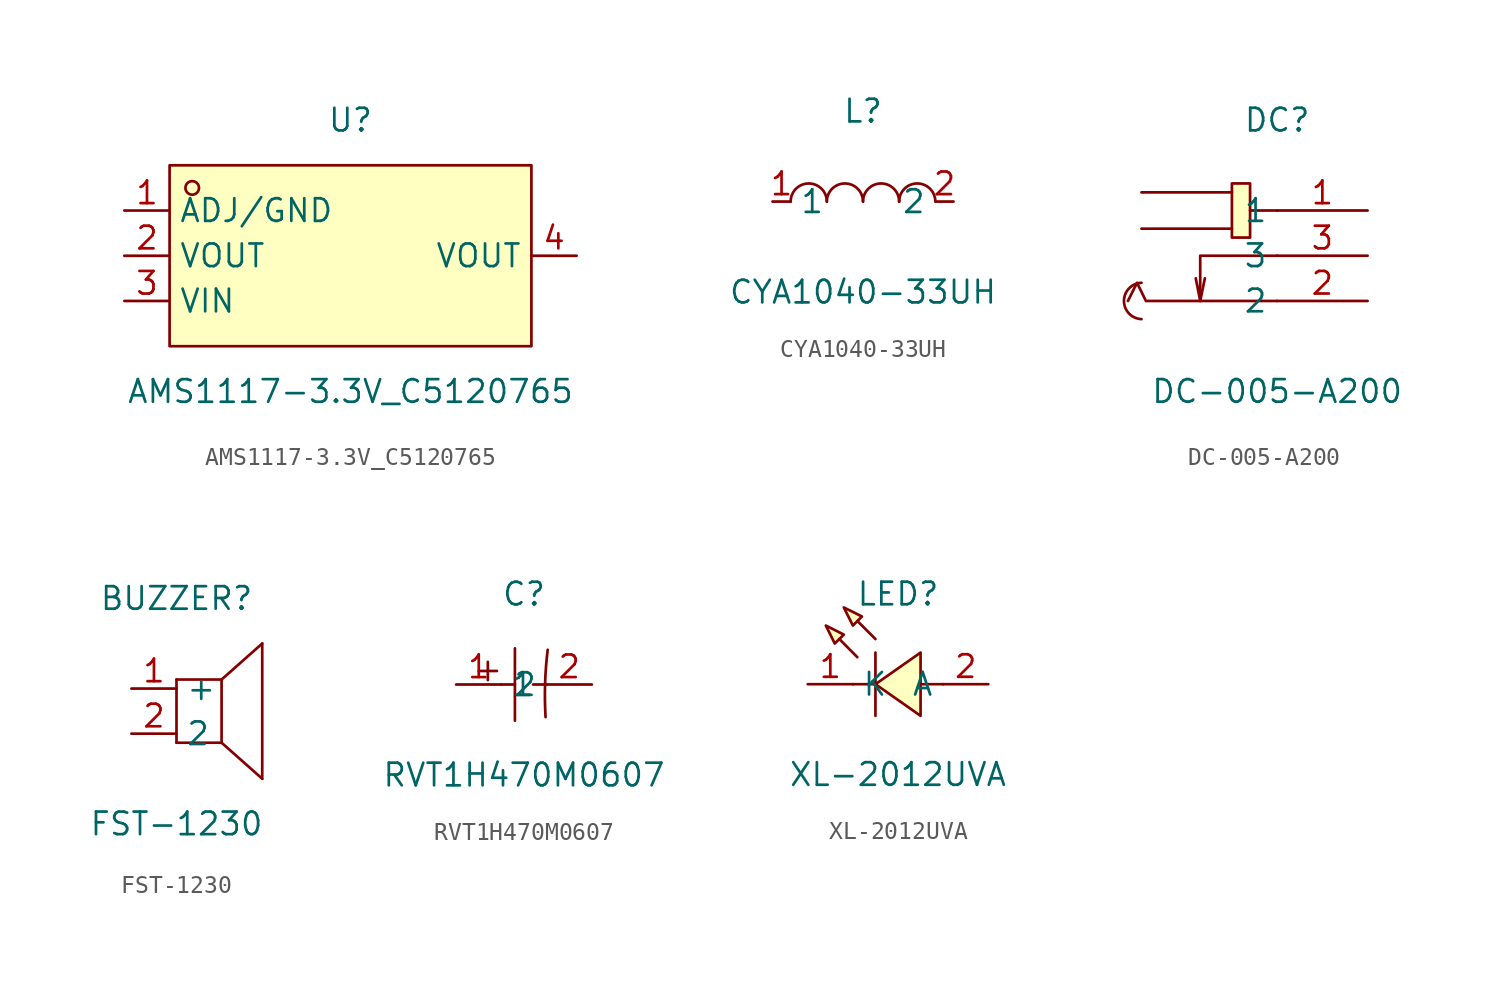
<source format=kicad_sym>
(kicad_symbol_lib
  (version 20211014)
  (generator https://github.com/uPesy/easyeda2kicad.py)
  (symbol "AMS1117-3.3V_C5120765"
    (property "Reference" "U"
      (at 0 7.62 0)
      (effects (font (size 1.27 1.27))))
    (property "Value" "AMS1117-3.3V_C5120765"
      (at 0 -7.62 0)
      (effects (font (size 1.27 1.27))))
    (symbol "AMS1117-3.3V_C5120765_0_1"
      (rectangle (start -10.16 5.08) (end 10.16 -5.08) (stroke (width 0) (type default) (color 0 0 0 0)) (fill (type background)))
      (circle (center -8.89 3.81) (radius 0.38) (stroke (width 0) (type default) (color 0 0 0 0)) (fill (type none)))
      (pin unspecified line (at -12.70 2.54 0) (length 2.54) (name "ADJ/GND" (effects (font (size 1.27 1.27)))) (number "1" (effects (font (size 1.27 1.27)))))
      (pin unspecified line (at -12.70 -0.00 0) (length 2.54) (name "VOUT" (effects (font (size 1.27 1.27)))) (number "2" (effects (font (size 1.27 1.27)))))
      (pin unspecified line (at -12.70 -2.54 0) (length 2.54) (name "VIN" (effects (font (size 1.27 1.27)))) (number "3" (effects (font (size 1.27 1.27)))))
      (pin unspecified line (at 12.70 -0.00 180) (length 2.54) (name "VOUT" (effects (font (size 1.27 1.27)))) (number "4" (effects (font (size 1.27 1.27)))))))
  (symbol "CYA1040-33UH"
    (property "Reference" "L"
      (at 0 5.08 0)
      (effects (font (size 1.27 1.27))))
    (property "Value" "CYA1040-33UH"
      (at 0 -5.08 0)
      (effects (font (size 1.27 1.27))))
    (symbol "CYA1040-33UH_0_1"
      (arc (start -4.06 -0.01) (mid -2.83 0.99) (end -2.03 0.01) (stroke (width 0) (type default) (color 0 0 0 0)) (fill (type none)))
      (arc (start -2.03 -0.01) (mid -0.80 0.99) (end 0.00 0.01) (stroke (width 0) (type default) (color 0 0 0 0)) (fill (type none)))
      (arc (start 2.03 -0.01) (mid 3.26 0.99) (end 4.06 0.01) (stroke (width 0) (type default) (color 0 0 0 0)) (fill (type none)))
      (arc (start 0.00 -0.01) (mid 1.23 0.99) (end 2.03 0.01) (stroke (width 0) (type default) (color 0 0 0 0)) (fill (type none)))
      (pin unspecified line (at 5.08 -0.00 180) (length 1.016) (name "2" (effects (font (size 1.27 1.27)))) (number "2" (effects (font (size 1.27 1.27)))))
      (pin unspecified line (at -5.08 -0.00 0) (length 1.016) (name "1" (effects (font (size 1.27 1.27)))) (number "1" (effects (font (size 1.27 1.27)))))))
  (symbol "DC-005-A200"
    (property "Reference" "DC"
      (at 0 7.62 0)
      (effects (font (size 1.27 1.27))))
    (property "Value" "DC-005-A200"
      (at 0 -7.62 0)
      (effects (font (size 1.27 1.27))))
    (symbol "DC-005-A200_0_1"
      (rectangle (start -2.54 4.06) (end -1.52 1.02) (stroke (width 0) (type default) (color 0 0 0 0)) (fill (type background)))
      (arc (start -7.62 -1.52) (mid -7.41 -1.55) (end -7.62 -3.56) (stroke (width 0) (type default) (color 0 0 0 0)) (fill (type none)))
      (polyline (pts (xy -4.32 -2.54) (xy -4.06 -1.27)) (stroke (width 0) (type default) (color 0 0 0 0)) (fill (type none)))
      (polyline (pts (xy 0.00 -0.00) (xy -4.32 -0.00) (xy -4.32 -2.54) (xy -4.57 -1.27)) (stroke (width 0) (type default) (color 0 0 0 0)) (fill (type none)))
      (polyline (pts (xy 0.00 -2.54) (xy -7.37 -2.54) (xy -7.87 -1.52) (xy -8.38 -2.54)) (stroke (width 0) (type default) (color 0 0 0 0)) (fill (type none)))
      (polyline (pts (xy -2.54 1.52) (xy -7.62 1.52)) (stroke (width 0) (type default) (color 0 0 0 0)) (fill (type none)))
      (polyline (pts (xy -2.54 3.56) (xy -7.62 3.56)) (stroke (width 0) (type default) (color 0 0 0 0)) (fill (type none)))
      (polyline (pts (xy 0.00 2.54) (xy -1.52 2.54)) (stroke (width 0) (type default) (color 0 0 0 0)) (fill (type none)))
      (pin unspecified line (at 5.08 -0.00 180) (length 5.08) (name "3" (effects (font (size 1.27 1.27)))) (number "3" (effects (font (size 1.27 1.27)))))
      (pin unspecified line (at 5.08 -2.54 180) (length 5.08) (name "2" (effects (font (size 1.27 1.27)))) (number "2" (effects (font (size 1.27 1.27)))))
      (pin unspecified line (at 5.08 2.54 180) (length 5.08) (name "1" (effects (font (size 1.27 1.27)))) (number "1" (effects (font (size 1.27 1.27)))))))
  (symbol "FST-1230"
    (property "Reference" "BUZZER"
      (at 0 7.62 0)
      (effects (font (size 1.27 1.27))))
    (property "Value" "FST-1230"
      (at 0 -5.08 0)
      (effects (font (size 1.27 1.27))))
    (symbol "FST-1230_0_1"
      (polyline (pts (xy 4.83 5.08) (xy 2.54 3.05)) (stroke (width 0) (type default) (color 0 0 0 0)) (fill (type none)))
      (polyline (pts (xy 2.54 -0.51) (xy 4.83 -2.54)) (stroke (width 0) (type default) (color 0 0 0 0)) (fill (type none)))
      (polyline (pts (xy 4.83 5.08) (xy 4.83 -2.54)) (stroke (width 0) (type default) (color 0 0 0 0)) (fill (type none)))
      (polyline (pts (xy 2.54 3.05) (xy 2.54 -0.51)) (stroke (width 0) (type default) (color 0 0 0 0)) (fill (type none)))
      (polyline (pts (xy 0.00 3.05) (xy 0.00 -0.51)) (stroke (width 0) (type default) (color 0 0 0 0)) (fill (type none)))
      (polyline (pts (xy 0.00 -0.51) (xy 2.54 -0.51)) (stroke (width 0) (type default) (color 0 0 0 0)) (fill (type none)))
      (polyline (pts (xy 0.00 3.05) (xy 2.54 3.05)) (stroke (width 0) (type default) (color 0 0 0 0)) (fill (type none)))
      (pin unspecified line (at -2.54 2.54 0) (length 2.54) (name "+" (effects (font (size 1.27 1.27)))) (number "1" (effects (font (size 1.27 1.27)))))
      (pin unspecified line (at -2.54 -0.00 0) (length 2.54) (name "2" (effects (font (size 1.27 1.27)))) (number "2" (effects (font (size 1.27 1.27)))))))
  (symbol "RVT1H470M0607"
    (property "Reference" "C"
      (at 0 5.08 0)
      (effects (font (size 1.27 1.27))))
    (property "Value" "RVT1H470M0607"
      (at 0 -5.08 0)
      (effects (font (size 1.27 1.27))))
    (symbol "RVT1H470M0607_0_1"
      (arc (start 1.33 1.95) (mid 1.22 -1.99) (end 1.21 -1.83) (stroke (width 0) (type default) (color 0 0 0 0)) (fill (type none)))
      (polyline (pts (xy -0.51 2.03) (xy -0.51 -2.03)) (stroke (width 0) (type default) (color 0 0 0 0)) (fill (type none)))
      (polyline (pts (xy -1.27 -0.00) (xy -0.51 -0.00)) (stroke (width 0) (type default) (color 0 0 0 0)) (fill (type none)))
      (polyline (pts (xy 0.51 -0.00) (xy 1.27 -0.00)) (stroke (width 0) (type default) (color 0 0 0 0)) (fill (type none)))
      (polyline (pts (xy -2.54 0.76) (xy -1.52 0.76)) (stroke (width 0) (type default) (color 0 0 0 0)) (fill (type none)))
      (polyline (pts (xy -2.03 1.27) (xy -2.03 0.25)) (stroke (width 0) (type default) (color 0 0 0 0)) (fill (type none)))
      (pin input line (at -3.81 -0.00 0) (length 2.54) (name "1" (effects (font (size 1.27 1.27)))) (number "1" (effects (font (size 1.27 1.27)))))
      (pin input line (at 3.81 -0.00 180) (length 2.54) (name "2" (effects (font (size 1.27 1.27)))) (number "2" (effects (font (size 1.27 1.27)))))))
  (symbol "XL-2012UVA"
    (property "Reference" "LED"
      (at 0 7.62 0)
      (effects (font (size 1.27 1.27))))
    (property "Value" "XL-2012UVA"
      (at 0 -2.54 0)
      (effects (font (size 1.27 1.27))))
    (symbol "XL-2012UVA_0_1"
      (polyline (pts (xy -4.06 5.84) (xy -3.05 5.33) (xy -3.56 4.83) (xy -4.06 5.84)) (stroke (width 0) (type default) (color 0 0 0 0)) (fill (type background)))
      (polyline (pts (xy -3.05 6.86) (xy -2.03 6.35) (xy -2.54 5.84) (xy -3.05 6.86)) (stroke (width 0) (type default) (color 0 0 0 0)) (fill (type background)))
      (polyline (pts (xy 1.27 4.32) (xy -1.27 2.54) (xy 1.27 0.76) (xy 1.27 4.32)) (stroke (width 0) (type default) (color 0 0 0 0)) (fill (type background)))
      (polyline (pts (xy -2.29 4.06) (xy -3.30 5.08) (xy -2.29 4.06)) (stroke (width 0) (type default) (color 0 0 0 0)) (fill (type background)))
      (polyline (pts (xy -1.27 5.08) (xy -2.29 6.10) (xy -1.27 5.08)) (stroke (width 0) (type default) (color 0 0 0 0)) (fill (type background)))
      (polyline (pts (xy -1.27 2.54) (xy -2.54 2.54)) (stroke (width 0) (type default) (color 0 0 0 0)) (fill (type none)))
      (polyline (pts (xy 2.54 2.54) (xy 1.27 2.54)) (stroke (width 0) (type default) (color 0 0 0 0)) (fill (type none)))
      (polyline (pts (xy -1.27 4.32) (xy -1.27 0.76)) (stroke (width 0) (type default) (color 0 0 0 0)) (fill (type none)))
      (pin unspecified line (at -5.08 2.54 0) (length 2.54) (name "K" (effects (font (size 1.27 1.27)))) (number "1" (effects (font (size 1.27 1.27)))))
      (pin unspecified line (at 5.08 2.54 180) (length 2.54) (name "A" (effects (font (size 1.27 1.27)))) (number "2" (effects (font (size 1.27 1.27))))))))
</source>
